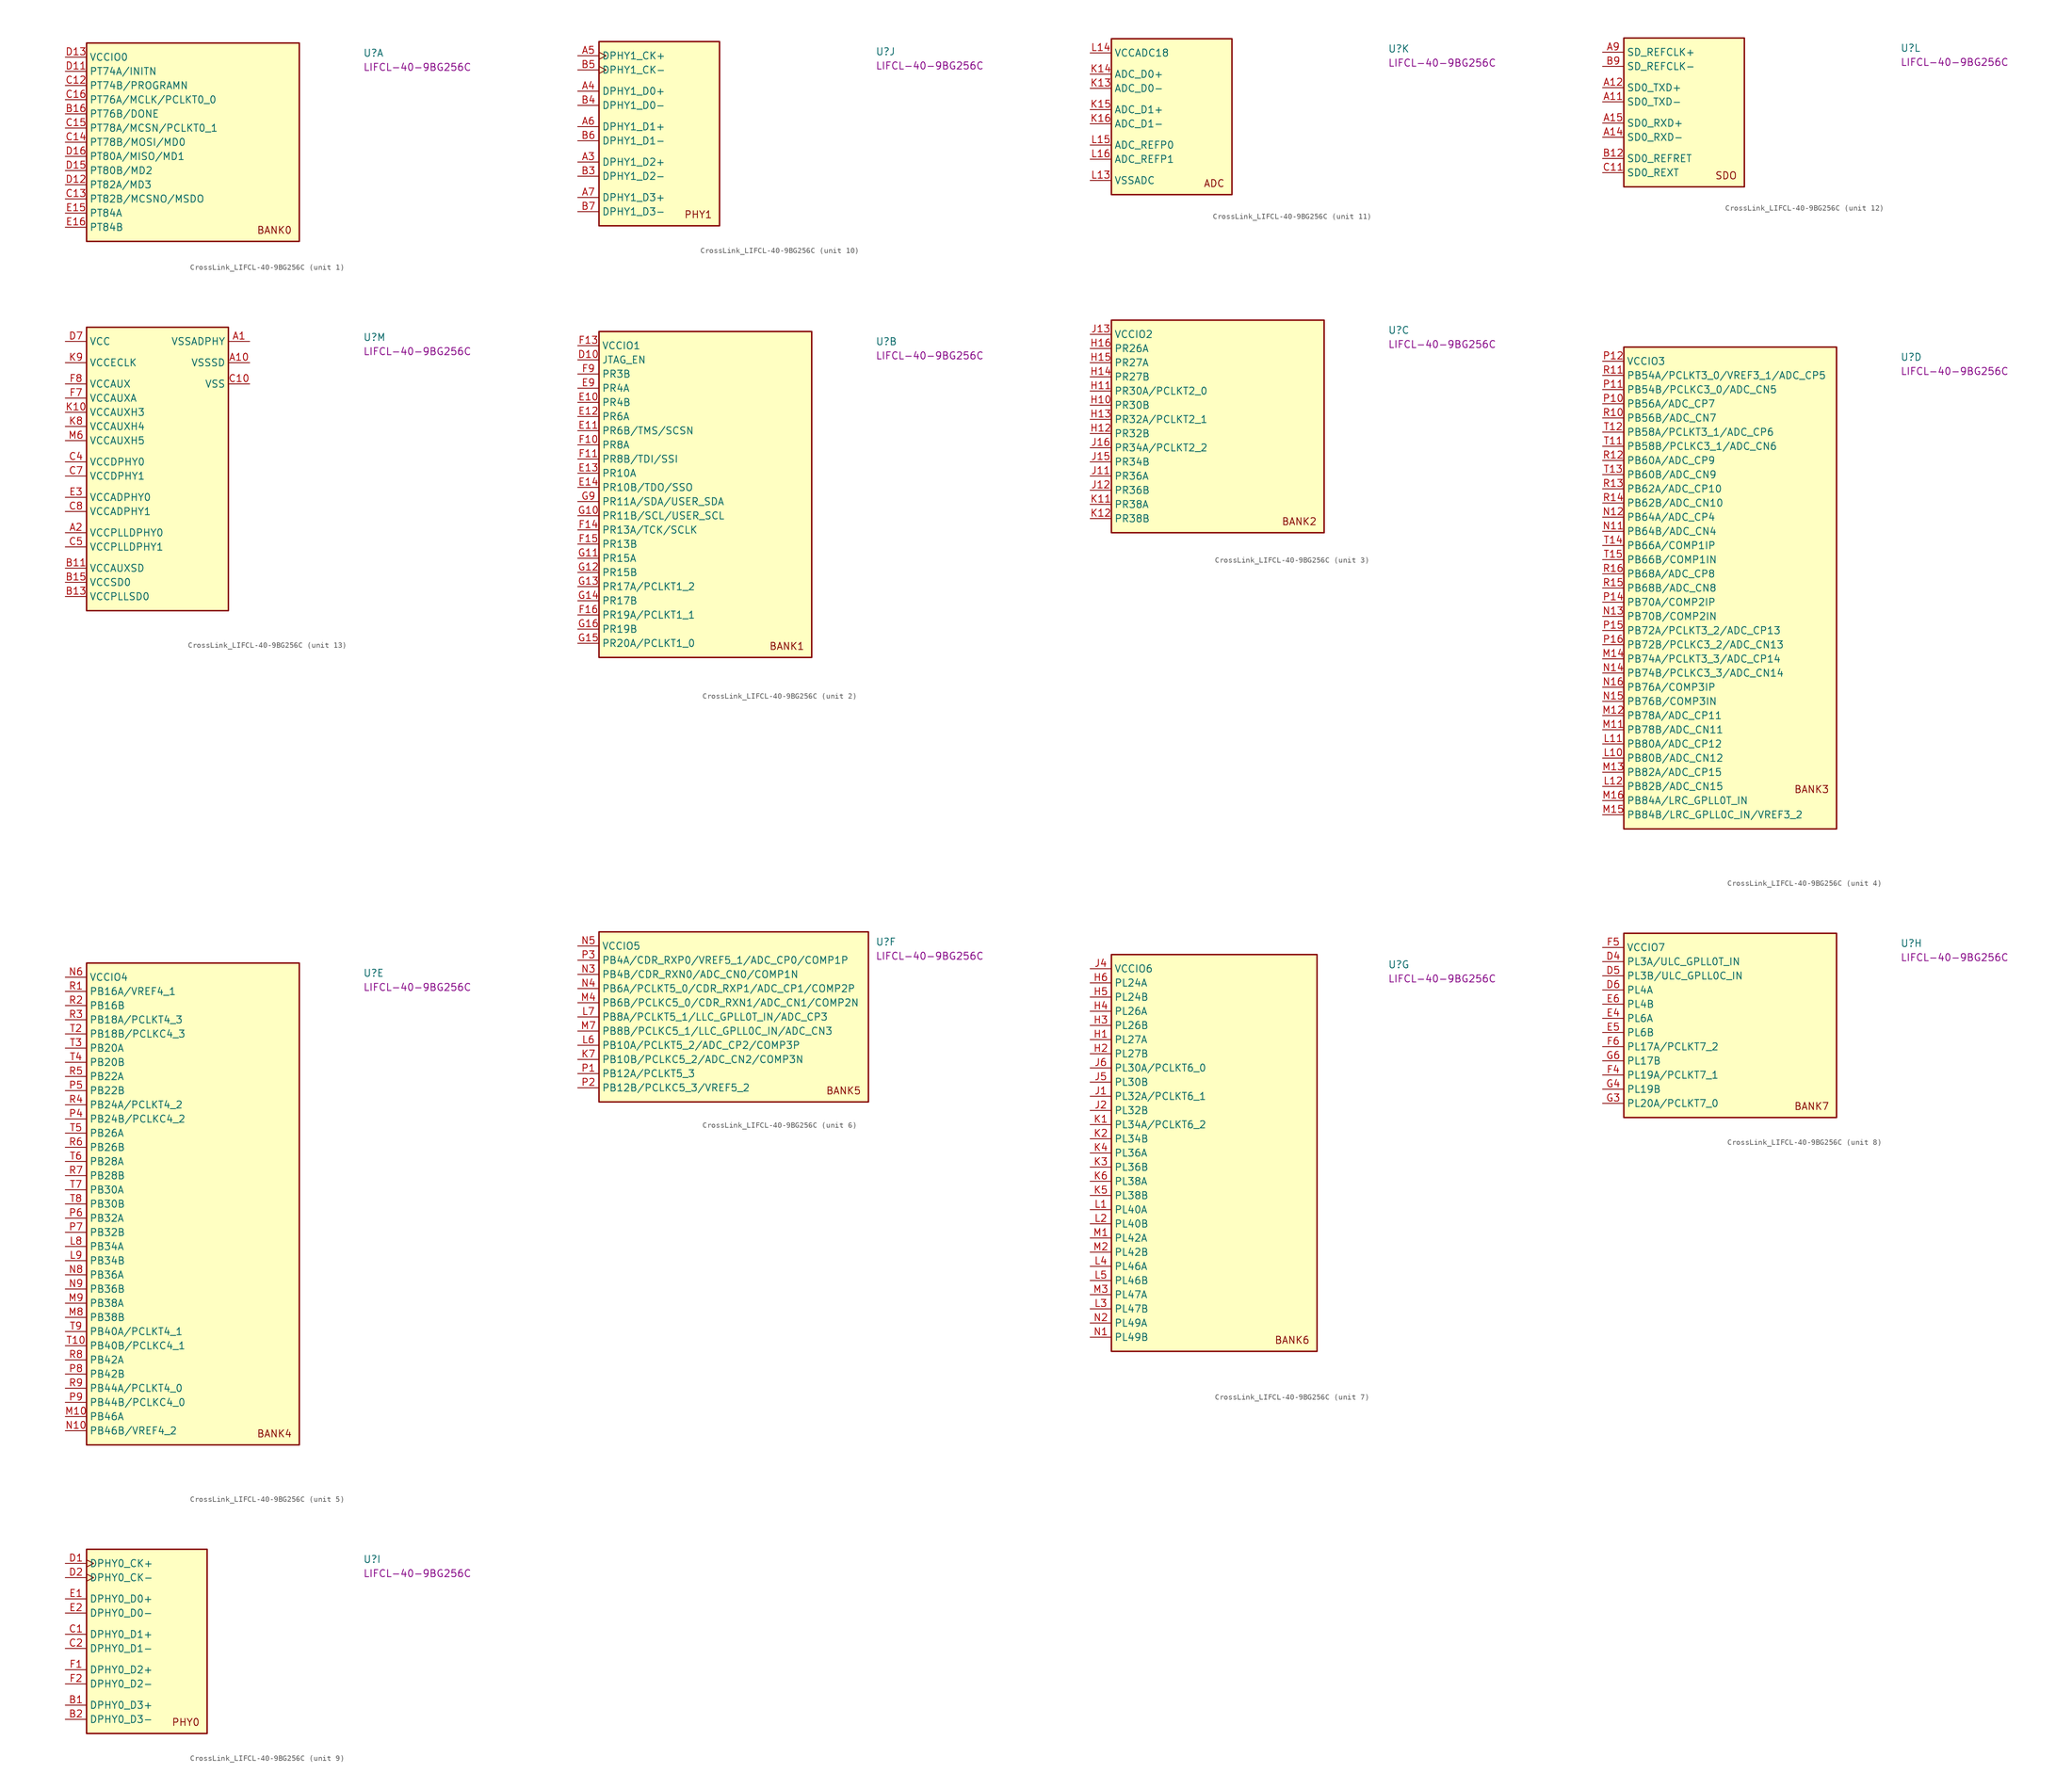
<source format=kicad_sym>
(kicad_symbol_lib
  (version 20220914)
  (generator kicad_symbol_editor)
  (symbol "CrossLink_LIFCL-40-9BG256C"
    (property "Reference" "U"
      (at 53.34 0 0)
      (effects (font (size 1.27 1.27) (thickness 0.15)) (justify left bottom)))
    (property "MPN" "LIFCL-40-9BG256C"
      (at 53.34 -2.54 0)
      (effects (font (size 1.27 1.27) (thickness 0.15)) (justify left bottom)))
    (property "ki_locked" ""
      (at 0 0 0)
      (effects (font (size 1.27 1.27))))
    (symbol "CrossLink_LIFCL-40-9BG256C_1_1"
      (rectangle (start 3.81 -33.02) (end 41.91 2.54) (stroke (width 0.254) (type default)) (fill (type background)))
      (text "BANK0" (at 40.64 -31.75 0) (effects (font (size 1.27 1.27) (thickness 0.15)) (justify right bottom)))
      (pin bidirectional line (at 0 -10.16 0) (length 3.81) (name "PT76B/DONE\n" (effects (font (size 1.27 1.27)))) (number "B16" (effects (font (size 1.27 1.27)))))
      (pin bidirectional line (at 0 -5.08 0) (length 3.81) (name "PT74B/PROGRAMN" (effects (font (size 1.27 1.27)))) (number "C12" (effects (font (size 1.27 1.27)))))
      (pin bidirectional line (at 0 -25.4 0) (length 3.81) (name "PT82B/MCSNO/MSDO" (effects (font (size 1.27 1.27)))) (number "C13" (effects (font (size 1.27 1.27)))))
      (pin bidirectional line (at 0 -15.24 0) (length 3.81) (name "PT78B/MOSI/MD0" (effects (font (size 1.27 1.27)))) (number "C14" (effects (font (size 1.27 1.27)))))
      (pin bidirectional line (at 0 -12.7 0) (length 3.81) (name "PT78A/MCSN/PCLKT0_1" (effects (font (size 1.27 1.27)))) (number "C15" (effects (font (size 1.27 1.27)))))
      (pin bidirectional line (at 0 -7.62 0) (length 3.81) (name "PT76A/MCLK/PCLKT0_0" (effects (font (size 1.27 1.27)))) (number "C16" (effects (font (size 1.27 1.27)))))
      (pin bidirectional line (at 0 -2.54 0) (length 3.81) (name "PT74A/INITN\n" (effects (font (size 1.27 1.27)))) (number "D11" (effects (font (size 1.27 1.27)))))
      (pin bidirectional line (at 0 -22.86 0) (length 3.81) (name "PT82A/MD3" (effects (font (size 1.27 1.27)))) (number "D12" (effects (font (size 1.27 1.27)))))
      (pin power_in line (at 0 0 0) (length 3.81) (name "VCCIO0" (effects (font (size 1.27 1.27)))) (number "D13" (effects (font (size 1.27 1.27)))))
      (pin bidirectional line (at 0 -20.32 0) (length 3.81) (name "PT80B/MD2" (effects (font (size 1.27 1.27)))) (number "D15" (effects (font (size 1.27 1.27)))))
      (pin bidirectional line (at 0 -17.78 0) (length 3.81) (name "PT80A/MISO/MD1" (effects (font (size 1.27 1.27)))) (number "D16" (effects (font (size 1.27 1.27)))))
      (pin bidirectional line (at 0 -27.94 0) (length 3.81) (name "PT84A" (effects (font (size 1.27 1.27)))) (number "E15" (effects (font (size 1.27 1.27)))))
      (pin bidirectional line (at 0 -30.48 0) (length 3.81) (name "PT84B" (effects (font (size 1.27 1.27)))) (number "E16" (effects (font (size 1.27 1.27))))))
    (symbol "CrossLink_LIFCL-40-9BG256C_2_1"
      (rectangle (start 3.81 -55.88) (end 41.91 2.54) (stroke (width 0.254) (type default)) (fill (type background)))
      (text "BANK1" (at 40.64 -54.61 0) (effects (font (size 1.27 1.27) (thickness 0.15)) (justify right bottom)))
      (pin input line (at 0 -2.54 0) (length 3.81) (name "JTAG_EN" (effects (font (size 1.27 1.27)))) (number "D10" (effects (font (size 1.27 1.27)))))
      (pin bidirectional line (at 0 -10.16 0) (length 3.81) (name "PR4B" (effects (font (size 1.27 1.27)))) (number "E10" (effects (font (size 1.27 1.27)))))
      (pin bidirectional line (at 0 -15.24 0) (length 3.81) (name "PR6B/TMS/SCSN" (effects (font (size 1.27 1.27)))) (number "E11" (effects (font (size 1.27 1.27)))))
      (pin bidirectional line (at 0 -12.7 0) (length 3.81) (name "PR6A" (effects (font (size 1.27 1.27)))) (number "E12" (effects (font (size 1.27 1.27)))))
      (pin bidirectional line (at 0 -22.86 0) (length 3.81) (name "PR10A" (effects (font (size 1.27 1.27)))) (number "E13" (effects (font (size 1.27 1.27)))))
      (pin bidirectional line (at 0 -25.4 0) (length 3.81) (name "PR10B/TDO/SSO" (effects (font (size 1.27 1.27)))) (number "E14" (effects (font (size 1.27 1.27)))))
      (pin bidirectional line (at 0 -7.62 0) (length 3.81) (name "PR4A" (effects (font (size 1.27 1.27)))) (number "E9" (effects (font (size 1.27 1.27)))))
      (pin bidirectional line (at 0 -17.78 0) (length 3.81) (name "PR8A" (effects (font (size 1.27 1.27)))) (number "F10" (effects (font (size 1.27 1.27)))))
      (pin bidirectional line (at 0 -20.32 0) (length 3.81) (name "PR8B/TDI/SSI" (effects (font (size 1.27 1.27)))) (number "F11" (effects (font (size 1.27 1.27)))))
      (pin power_in line (at 0 0 0) (length 3.81) (name "VCCIO1" (effects (font (size 1.27 1.27)))) (number "F13" (effects (font (size 1.27 1.27)))))
      (pin bidirectional line (at 0 -33.02 0) (length 3.81) (name "PR13A/TCK/SCLK" (effects (font (size 1.27 1.27)))) (number "F14" (effects (font (size 1.27 1.27)))))
      (pin bidirectional line (at 0 -35.56 0) (length 3.81) (name "PR13B" (effects (font (size 1.27 1.27)))) (number "F15" (effects (font (size 1.27 1.27)))))
      (pin bidirectional line (at 0 -48.26 0) (length 3.81) (name "PR19A/PCLKT1_1" (effects (font (size 1.27 1.27)))) (number "F16" (effects (font (size 1.27 1.27)))))
      (pin bidirectional line (at 0 -5.08 0) (length 3.81) (name "PR3B" (effects (font (size 1.27 1.27)))) (number "F9" (effects (font (size 1.27 1.27)))))
      (pin bidirectional line (at 0 -30.48 0) (length 3.81) (name "PR11B/SCL/USER_SCL" (effects (font (size 1.27 1.27)))) (number "G10" (effects (font (size 1.27 1.27)))))
      (pin bidirectional line (at 0 -38.1 0) (length 3.81) (name "PR15A" (effects (font (size 1.27 1.27)))) (number "G11" (effects (font (size 1.27 1.27)))))
      (pin bidirectional line (at 0 -40.64 0) (length 3.81) (name "PR15B" (effects (font (size 1.27 1.27)))) (number "G12" (effects (font (size 1.27 1.27)))))
      (pin bidirectional line (at 0 -43.18 0) (length 3.81) (name "PR17A/PCLKT1_2" (effects (font (size 1.27 1.27)))) (number "G13" (effects (font (size 1.27 1.27)))))
      (pin bidirectional line (at 0 -45.72 0) (length 3.81) (name "PR17B" (effects (font (size 1.27 1.27)))) (number "G14" (effects (font (size 1.27 1.27)))))
      (pin bidirectional line (at 0 -53.34 0) (length 3.81) (name "PR20A/PCLKT1_0\n" (effects (font (size 1.27 1.27)))) (number "G15" (effects (font (size 1.27 1.27)))))
      (pin bidirectional line (at 0 -50.8 0) (length 3.81) (name "PR19B" (effects (font (size 1.27 1.27)))) (number "G16" (effects (font (size 1.27 1.27)))))
      (pin bidirectional line (at 0 -27.94 0) (length 3.81) (name "PR11A/SDA/USER_SDA" (effects (font (size 1.27 1.27)))) (number "G9" (effects (font (size 1.27 1.27))))))
    (symbol "CrossLink_LIFCL-40-9BG256C_3_1"
      (rectangle (start 3.81 -35.56) (end 41.91 2.54) (stroke (width 0.254) (type default)) (fill (type background)))
      (text "BANK2" (at 40.64 -34.29 0) (effects (font (size 1.27 1.27) (thickness 0.15)) (justify right bottom)))
      (pin bidirectional line (at 0 -12.7 0) (length 3.81) (name "PR30B" (effects (font (size 1.27 1.27)))) (number "H10" (effects (font (size 1.27 1.27)))))
      (pin bidirectional line (at 0 -10.16 0) (length 3.81) (name "PR30A/PCLKT2_0" (effects (font (size 1.27 1.27)))) (number "H11" (effects (font (size 1.27 1.27)))))
      (pin bidirectional line (at 0 -17.78 0) (length 3.81) (name "PR32B" (effects (font (size 1.27 1.27)))) (number "H12" (effects (font (size 1.27 1.27)))))
      (pin bidirectional line (at 0 -15.24 0) (length 3.81) (name "PR32A/PCLKT2_1" (effects (font (size 1.27 1.27)))) (number "H13" (effects (font (size 1.27 1.27)))))
      (pin bidirectional line (at 0 -7.62 0) (length 3.81) (name "PR27B" (effects (font (size 1.27 1.27)))) (number "H14" (effects (font (size 1.27 1.27)))))
      (pin bidirectional line (at 0 -5.08 0) (length 3.81) (name "PR27A" (effects (font (size 1.27 1.27)))) (number "H15" (effects (font (size 1.27 1.27)))))
      (pin bidirectional line (at 0 -2.54 0) (length 3.81) (name "PR26A" (effects (font (size 1.27 1.27)))) (number "H16" (effects (font (size 1.27 1.27)))))
      (pin bidirectional line (at 0 -25.4 0) (length 3.81) (name "PR36A" (effects (font (size 1.27 1.27)))) (number "J11" (effects (font (size 1.27 1.27)))))
      (pin bidirectional line (at 0 -27.94 0) (length 3.81) (name "PR36B" (effects (font (size 1.27 1.27)))) (number "J12" (effects (font (size 1.27 1.27)))))
      (pin power_in line (at 0 0 0) (length 3.81) (name "VCCIO2" (effects (font (size 1.27 1.27)))) (number "J13" (effects (font (size 1.27 1.27)))))
      (pin bidirectional line (at 0 -22.86 0) (length 3.81) (name "PR34B" (effects (font (size 1.27 1.27)))) (number "J15" (effects (font (size 1.27 1.27)))))
      (pin bidirectional line (at 0 -20.32 0) (length 3.81) (name "PR34A/PCLKT2_2" (effects (font (size 1.27 1.27)))) (number "J16" (effects (font (size 1.27 1.27)))))
      (pin bidirectional line (at 0 -30.48 0) (length 3.81) (name "PR38A" (effects (font (size 1.27 1.27)))) (number "K11" (effects (font (size 1.27 1.27)))))
      (pin bidirectional line (at 0 -33.02 0) (length 3.81) (name "PR38B" (effects (font (size 1.27 1.27)))) (number "K12" (effects (font (size 1.27 1.27))))))
    (symbol "CrossLink_LIFCL-40-9BG256C_4_1"
      (rectangle (start 3.81 -83.82) (end 41.91 2.54) (stroke (width 0.254) (type default)) (fill (type background)))
      (text "BANK3" (at 40.64 -77.47 0) (effects (font (size 1.27 1.27) (thickness 0.15)) (justify right bottom)))
      (pin bidirectional line (at 0 -71.12 0) (length 3.81) (name "PB80B/ADC_CN12" (effects (font (size 1.27 1.27)))) (number "L10" (effects (font (size 1.27 1.27)))))
      (pin bidirectional line (at 0 -68.58 0) (length 3.81) (name "PB80A/ADC_CP12" (effects (font (size 1.27 1.27)))) (number "L11" (effects (font (size 1.27 1.27)))))
      (pin bidirectional line (at 0 -76.2 0) (length 3.81) (name "PB82B/ADC_CN15" (effects (font (size 1.27 1.27)))) (number "L12" (effects (font (size 1.27 1.27)))))
      (pin bidirectional line (at 0 -66.04 0) (length 3.81) (name "PB78B/ADC_CN11" (effects (font (size 1.27 1.27)))) (number "M11" (effects (font (size 1.27 1.27)))))
      (pin bidirectional line (at 0 -63.5 0) (length 3.81) (name "PB78A/ADC_CP11" (effects (font (size 1.27 1.27)))) (number "M12" (effects (font (size 1.27 1.27)))))
      (pin bidirectional line (at 0 -73.66 0) (length 3.81) (name "PB82A/ADC_CP15" (effects (font (size 1.27 1.27)))) (number "M13" (effects (font (size 1.27 1.27)))))
      (pin bidirectional line (at 0 -53.34 0) (length 3.81) (name "PB74A/PCLKT3_3/ADC_CP14" (effects (font (size 1.27 1.27)))) (number "M14" (effects (font (size 1.27 1.27)))))
      (pin bidirectional line (at 0 -81.28 0) (length 3.81) (name "PB84B/LRC_GPLL0C_IN/VREF3_2" (effects (font (size 1.27 1.27)))) (number "M15" (effects (font (size 1.27 1.27)))))
      (pin bidirectional line (at 0 -78.74 0) (length 3.81) (name "PB84A/LRC_GPLL0T_IN" (effects (font (size 1.27 1.27)))) (number "M16" (effects (font (size 1.27 1.27)))))
      (pin bidirectional line (at 0 -30.48 0) (length 3.81) (name "PB64B/ADC_CN4" (effects (font (size 1.27 1.27)))) (number "N11" (effects (font (size 1.27 1.27)))))
      (pin bidirectional line (at 0 -27.94 0) (length 3.81) (name "PB64A/ADC_CP4" (effects (font (size 1.27 1.27)))) (number "N12" (effects (font (size 1.27 1.27)))))
      (pin bidirectional line (at 0 -45.72 0) (length 3.81) (name "PB70B/COMP2IN\n" (effects (font (size 1.27 1.27)))) (number "N13" (effects (font (size 1.27 1.27)))))
      (pin bidirectional line (at 0 -55.88 0) (length 3.81) (name "PB74B/PCLKC3_3/ADC_CN14" (effects (font (size 1.27 1.27)))) (number "N14" (effects (font (size 1.27 1.27)))))
      (pin bidirectional line (at 0 -60.96 0) (length 3.81) (name "PB76B/COMP3IN" (effects (font (size 1.27 1.27)))) (number "N15" (effects (font (size 1.27 1.27)))))
      (pin bidirectional line (at 0 -58.42 0) (length 3.81) (name "PB76A/COMP3IP" (effects (font (size 1.27 1.27)))) (number "N16" (effects (font (size 1.27 1.27)))))
      (pin bidirectional line (at 0 -7.62 0) (length 3.81) (name "PB56A/ADC_CP7\n" (effects (font (size 1.27 1.27)))) (number "P10" (effects (font (size 1.27 1.27)))))
      (pin bidirectional line (at 0 -5.08 0) (length 3.81) (name "PB54B/PCLKC3_0/ADC_CN5\n" (effects (font (size 1.27 1.27)))) (number "P11" (effects (font (size 1.27 1.27)))))
      (pin bidirectional line (at 0 0 0) (length 3.81) (name "VCCIO3" (effects (font (size 1.27 1.27)))) (number "P12" (effects (font (size 1.27 1.27)))))
      (pin bidirectional line (at 0 -43.18 0) (length 3.81) (name "PB70A/COMP2IP" (effects (font (size 1.27 1.27)))) (number "P14" (effects (font (size 1.27 1.27)))))
      (pin bidirectional line (at 0 -48.26 0) (length 3.81) (name "PB72A/PCLKT3_2/ADC_CP13" (effects (font (size 1.27 1.27)))) (number "P15" (effects (font (size 1.27 1.27)))))
      (pin bidirectional line (at 0 -50.8 0) (length 3.81) (name "PB72B/PCLKC3_2/ADC_CN13" (effects (font (size 1.27 1.27)))) (number "P16" (effects (font (size 1.27 1.27)))))
      (pin bidirectional line (at 0 -10.16 0) (length 3.81) (name "PB56B/ADC_CN7\n" (effects (font (size 1.27 1.27)))) (number "R10" (effects (font (size 1.27 1.27)))))
      (pin bidirectional line (at 0 -2.54 0) (length 3.81) (name "PB54A/PCLKT3_0/VREF3_1/ADC_CP5" (effects (font (size 1.27 1.27)))) (number "R11" (effects (font (size 1.27 1.27)))))
      (pin bidirectional line (at 0 -17.78 0) (length 3.81) (name "PB60A/ADC_CP9" (effects (font (size 1.27 1.27)))) (number "R12" (effects (font (size 1.27 1.27)))))
      (pin bidirectional line (at 0 -22.86 0) (length 3.81) (name "PB62A/ADC_CP10" (effects (font (size 1.27 1.27)))) (number "R13" (effects (font (size 1.27 1.27)))))
      (pin bidirectional line (at 0 -25.4 0) (length 3.81) (name "PB62B/ADC_CN10" (effects (font (size 1.27 1.27)))) (number "R14" (effects (font (size 1.27 1.27)))))
      (pin bidirectional line (at 0 -40.64 0) (length 3.81) (name "PB68B/ADC_CN8" (effects (font (size 1.27 1.27)))) (number "R15" (effects (font (size 1.27 1.27)))))
      (pin bidirectional line (at 0 -38.1 0) (length 3.81) (name "PB68A/ADC_CP8" (effects (font (size 1.27 1.27)))) (number "R16" (effects (font (size 1.27 1.27)))))
      (pin bidirectional line (at 0 -15.24 0) (length 3.81) (name "PB58B/PCLKC3_1/ADC_CN6\n" (effects (font (size 1.27 1.27)))) (number "T11" (effects (font (size 1.27 1.27)))))
      (pin bidirectional line (at 0 -12.7 0) (length 3.81) (name "PB58A/PCLKT3_1/ADC_CP6\n" (effects (font (size 1.27 1.27)))) (number "T12" (effects (font (size 1.27 1.27)))))
      (pin bidirectional line (at 0 -20.32 0) (length 3.81) (name "PB60B/ADC_CN9" (effects (font (size 1.27 1.27)))) (number "T13" (effects (font (size 1.27 1.27)))))
      (pin bidirectional line (at 0 -33.02 0) (length 3.81) (name "PB66A/COMP1IP" (effects (font (size 1.27 1.27)))) (number "T14" (effects (font (size 1.27 1.27)))))
      (pin bidirectional line (at 0 -35.56 0) (length 3.81) (name "PB66B/COMP1IN" (effects (font (size 1.27 1.27)))) (number "T15" (effects (font (size 1.27 1.27))))))
    (symbol "CrossLink_LIFCL-40-9BG256C_5_1"
      (rectangle (start 3.81 2.54) (end 41.91 -83.82) (stroke (width 0.254) (type default)) (fill (type background)))
      (text "BANK4" (at 40.64 -82.55 0) (effects (font (size 1.27 1.27) (thickness 0.15)) (justify right bottom)))
      (pin bidirectional line (at 0 -48.26 0) (length 3.81) (name "PB34A" (effects (font (size 1.27 1.27)))) (number "L8" (effects (font (size 1.27 1.27)))))
      (pin bidirectional line (at 0 -50.8 0) (length 3.81) (name "PB34B" (effects (font (size 1.27 1.27)))) (number "L9" (effects (font (size 1.27 1.27)))))
      (pin bidirectional line (at 0 -78.74 0) (length 3.81) (name "PB46A" (effects (font (size 1.27 1.27)))) (number "M10" (effects (font (size 1.27 1.27)))))
      (pin bidirectional line (at 0 -60.96 0) (length 3.81) (name "PB38B" (effects (font (size 1.27 1.27)))) (number "M8" (effects (font (size 1.27 1.27)))))
      (pin bidirectional line (at 0 -58.42 0) (length 3.81) (name "PB38A" (effects (font (size 1.27 1.27)))) (number "M9" (effects (font (size 1.27 1.27)))))
      (pin bidirectional line (at 0 -81.28 0) (length 3.81) (name "PB46B/VREF4_2" (effects (font (size 1.27 1.27)))) (number "N10" (effects (font (size 1.27 1.27)))))
      (pin power_in line (at 0 0 0) (length 3.81) (name "VCCIO4" (effects (font (size 1.27 1.27)))) (number "N6" (effects (font (size 1.27 1.27)))))
      (pin bidirectional line (at 0 -53.34 0) (length 3.81) (name "PB36A" (effects (font (size 1.27 1.27)))) (number "N8" (effects (font (size 1.27 1.27)))))
      (pin bidirectional line (at 0 -55.88 0) (length 3.81) (name "PB36B" (effects (font (size 1.27 1.27)))) (number "N9" (effects (font (size 1.27 1.27)))))
      (pin bidirectional line (at 0 -25.4 0) (length 3.81) (name "PB24B/PCLKC4_2\n" (effects (font (size 1.27 1.27)))) (number "P4" (effects (font (size 1.27 1.27)))))
      (pin bidirectional line (at 0 -20.32 0) (length 3.81) (name "PB22B" (effects (font (size 1.27 1.27)))) (number "P5" (effects (font (size 1.27 1.27)))))
      (pin bidirectional line (at 0 -43.18 0) (length 3.81) (name "PB32A" (effects (font (size 1.27 1.27)))) (number "P6" (effects (font (size 1.27 1.27)))))
      (pin bidirectional line (at 0 -45.72 0) (length 3.81) (name "PB32B" (effects (font (size 1.27 1.27)))) (number "P7" (effects (font (size 1.27 1.27)))))
      (pin bidirectional line (at 0 -71.12 0) (length 3.81) (name "PB42B" (effects (font (size 1.27 1.27)))) (number "P8" (effects (font (size 1.27 1.27)))))
      (pin bidirectional line (at 0 -76.2 0) (length 3.81) (name "PB44B/PCLKC4_0" (effects (font (size 1.27 1.27)))) (number "P9" (effects (font (size 1.27 1.27)))))
      (pin bidirectional line (at 0 -2.54 0) (length 3.81) (name "PB16A/VREF4_1" (effects (font (size 1.27 1.27)))) (number "R1" (effects (font (size 1.27 1.27)))))
      (pin bidirectional line (at 0 -5.08 0) (length 3.81) (name "PB16B" (effects (font (size 1.27 1.27)))) (number "R2" (effects (font (size 1.27 1.27)))))
      (pin bidirectional line (at 0 -7.62 0) (length 3.81) (name "PB18A/PCLKT4_3\n" (effects (font (size 1.27 1.27)))) (number "R3" (effects (font (size 1.27 1.27)))))
      (pin bidirectional line (at 0 -22.86 0) (length 3.81) (name "PB24A/PCLKT4_2" (effects (font (size 1.27 1.27)))) (number "R4" (effects (font (size 1.27 1.27)))))
      (pin bidirectional line (at 0 -17.78 0) (length 3.81) (name "PB22A" (effects (font (size 1.27 1.27)))) (number "R5" (effects (font (size 1.27 1.27)))))
      (pin bidirectional line (at 0 -30.48 0) (length 3.81) (name "PB26B" (effects (font (size 1.27 1.27)))) (number "R6" (effects (font (size 1.27 1.27)))))
      (pin bidirectional line (at 0 -35.56 0) (length 3.81) (name "PB28B" (effects (font (size 1.27 1.27)))) (number "R7" (effects (font (size 1.27 1.27)))))
      (pin bidirectional line (at 0 -68.58 0) (length 3.81) (name "PB42A" (effects (font (size 1.27 1.27)))) (number "R8" (effects (font (size 1.27 1.27)))))
      (pin bidirectional line (at 0 -73.66 0) (length 3.81) (name "PB44A/PCLKT4_0" (effects (font (size 1.27 1.27)))) (number "R9" (effects (font (size 1.27 1.27)))))
      (pin bidirectional line (at 0 -66.04 0) (length 3.81) (name "PB40B/PCLKC4_1" (effects (font (size 1.27 1.27)))) (number "T10" (effects (font (size 1.27 1.27)))))
      (pin bidirectional line (at 0 -10.16 0) (length 3.81) (name "PB18B/PCLKC4_3\n" (effects (font (size 1.27 1.27)))) (number "T2" (effects (font (size 1.27 1.27)))))
      (pin bidirectional line (at 0 -12.7 0) (length 3.81) (name "PB20A" (effects (font (size 1.27 1.27)))) (number "T3" (effects (font (size 1.27 1.27)))))
      (pin bidirectional line (at 0 -15.24 0) (length 3.81) (name "PB20B" (effects (font (size 1.27 1.27)))) (number "T4" (effects (font (size 1.27 1.27)))))
      (pin bidirectional line (at 0 -27.94 0) (length 3.81) (name "PB26A" (effects (font (size 1.27 1.27)))) (number "T5" (effects (font (size 1.27 1.27)))))
      (pin bidirectional line (at 0 -33.02 0) (length 3.81) (name "PB28A" (effects (font (size 1.27 1.27)))) (number "T6" (effects (font (size 1.27 1.27)))))
      (pin bidirectional line (at 0 -38.1 0) (length 3.81) (name "PB30A" (effects (font (size 1.27 1.27)))) (number "T7" (effects (font (size 1.27 1.27)))))
      (pin bidirectional line (at 0 -40.64 0) (length 3.81) (name "PB30B" (effects (font (size 1.27 1.27)))) (number "T8" (effects (font (size 1.27 1.27)))))
      (pin bidirectional line (at 0 -63.5 0) (length 3.81) (name "PB40A/PCLKT4_1" (effects (font (size 1.27 1.27)))) (number "T9" (effects (font (size 1.27 1.27))))))
    (symbol "CrossLink_LIFCL-40-9BG256C_6_1"
      (rectangle (start 3.81 -27.94) (end 52.07 2.54) (stroke (width 0.254) (type default)) (fill (type background)))
      (text "BANK5" (at 50.8 -26.67 0) (effects (font (size 1.27 1.27) (thickness 0.15)) (justify right bottom)))
      (pin bidirectional line (at 0 -20.32 0) (length 3.81) (name "PB10B/PCLKC5_2/ADC_CN2/COMP3N" (effects (font (size 1.27 1.27)))) (number "K7" (effects (font (size 1.27 1.27)))))
      (pin bidirectional line (at 0 -17.78 0) (length 3.81) (name "PB10A/PCLKT5_2/ADC_CP2/COMP3P" (effects (font (size 1.27 1.27)))) (number "L6" (effects (font (size 1.27 1.27)))))
      (pin bidirectional line (at 0 -12.7 0) (length 3.81) (name "PB8A/PCLKT5_1/LLC_GPLL0T_IN/ADC_CP3" (effects (font (size 1.27 1.27)))) (number "L7" (effects (font (size 1.27 1.27)))))
      (pin bidirectional line (at 0 -10.16 0) (length 3.81) (name "PB6B/PCLKC5_0/CDR_RXN1/ADC_CN1/COMP2N" (effects (font (size 1.27 1.27)))) (number "M4" (effects (font (size 1.27 1.27)))))
      (pin bidirectional line (at 0 -15.24 0) (length 3.81) (name "PB8B/PCLKC5_1/LLC_GPLL0C_IN/ADC_CN3" (effects (font (size 1.27 1.27)))) (number "M7" (effects (font (size 1.27 1.27)))))
      (pin bidirectional line (at 0 -5.08 0) (length 3.81) (name "PB4B/CDR_RXN0/ADC_CN0/COMP1N" (effects (font (size 1.27 1.27)))) (number "N3" (effects (font (size 1.27 1.27)))))
      (pin bidirectional line (at 0 -7.62 0) (length 3.81) (name "PB6A/PCLKT5_0/CDR_RXP1/ADC_CP1/COMP2P" (effects (font (size 1.27 1.27)))) (number "N4" (effects (font (size 1.27 1.27)))))
      (pin power_in line (at 0 0 0) (length 3.81) (name "VCCIO5" (effects (font (size 1.27 1.27)))) (number "N5" (effects (font (size 1.27 1.27)))))
      (pin bidirectional line (at 0 -22.86 0) (length 3.81) (name "PB12A/PCLKT5_3" (effects (font (size 1.27 1.27)))) (number "P1" (effects (font (size 1.27 1.27)))))
      (pin bidirectional line (at 0 -25.4 0) (length 3.81) (name "PB12B/PCLKC5_3/VREF5_2" (effects (font (size 1.27 1.27)))) (number "P2" (effects (font (size 1.27 1.27)))))
      (pin bidirectional line (at 0 -2.54 0) (length 3.81) (name "PB4A/CDR_RXP0/VREF5_1/ADC_CP0/COMP1P\n" (effects (font (size 1.27 1.27)))) (number "P3" (effects (font (size 1.27 1.27))))))
    (symbol "CrossLink_LIFCL-40-9BG256C_7_1"
      (rectangle (start 3.81 2.54) (end 40.64 -68.58) (stroke (width 0.254) (type default)) (fill (type background)))
      (text "BANK6" (at 39.37 -67.31 0) (effects (font (size 1.27 1.27) (thickness 0.15)) (justify right bottom)))
      (pin bidirectional line (at 0 -12.7 0) (length 3.81) (name "PL27A" (effects (font (size 1.27 1.27)))) (number "H1" (effects (font (size 1.27 1.27)))))
      (pin bidirectional line (at 0 -15.24 0) (length 3.81) (name "PL27B" (effects (font (size 1.27 1.27)))) (number "H2" (effects (font (size 1.27 1.27)))))
      (pin bidirectional line (at 0 -10.16 0) (length 3.81) (name "PL26B" (effects (font (size 1.27 1.27)))) (number "H3" (effects (font (size 1.27 1.27)))))
      (pin bidirectional line (at 0 -7.62 0) (length 3.81) (name "PL26A" (effects (font (size 1.27 1.27)))) (number "H4" (effects (font (size 1.27 1.27)))))
      (pin bidirectional line (at 0 -5.08 0) (length 3.81) (name "PL24B" (effects (font (size 1.27 1.27)))) (number "H5" (effects (font (size 1.27 1.27)))))
      (pin bidirectional line (at 0 -2.54 0) (length 3.81) (name "PL24A" (effects (font (size 1.27 1.27)))) (number "H6" (effects (font (size 1.27 1.27)))))
      (pin bidirectional line (at 0 -22.86 0) (length 3.81) (name "PL32A/PCLKT6_1" (effects (font (size 1.27 1.27)))) (number "J1" (effects (font (size 1.27 1.27)))))
      (pin bidirectional line (at 0 -25.4 0) (length 3.81) (name "PL32B" (effects (font (size 1.27 1.27)))) (number "J2" (effects (font (size 1.27 1.27)))))
      (pin power_in line (at 0 0 0) (length 3.81) (name "VCCIO6" (effects (font (size 1.27 1.27)))) (number "J4" (effects (font (size 1.27 1.27)))))
      (pin bidirectional line (at 0 -20.32 0) (length 3.81) (name "PL30B" (effects (font (size 1.27 1.27)))) (number "J5" (effects (font (size 1.27 1.27)))))
      (pin bidirectional line (at 0 -17.78 0) (length 3.81) (name "PL30A/PCLKT6_0" (effects (font (size 1.27 1.27)))) (number "J6" (effects (font (size 1.27 1.27)))))
      (pin bidirectional line (at 0 -27.94 0) (length 3.81) (name "PL34A/PCLKT6_2" (effects (font (size 1.27 1.27)))) (number "K1" (effects (font (size 1.27 1.27)))))
      (pin bidirectional line (at 0 -30.48 0) (length 3.81) (name "PL34B" (effects (font (size 1.27 1.27)))) (number "K2" (effects (font (size 1.27 1.27)))))
      (pin bidirectional line (at 0 -35.56 0) (length 3.81) (name "PL36B" (effects (font (size 1.27 1.27)))) (number "K3" (effects (font (size 1.27 1.27)))))
      (pin bidirectional line (at 0 -33.02 0) (length 3.81) (name "PL36A" (effects (font (size 1.27 1.27)))) (number "K4" (effects (font (size 1.27 1.27)))))
      (pin bidirectional line (at 0 -40.64 0) (length 3.81) (name "PL38B" (effects (font (size 1.27 1.27)))) (number "K5" (effects (font (size 1.27 1.27)))))
      (pin bidirectional line (at 0 -38.1 0) (length 3.81) (name "PL38A" (effects (font (size 1.27 1.27)))) (number "K6" (effects (font (size 1.27 1.27)))))
      (pin bidirectional line (at 0 -43.18 0) (length 3.81) (name "PL40A" (effects (font (size 1.27 1.27)))) (number "L1" (effects (font (size 1.27 1.27)))))
      (pin bidirectional line (at 0 -45.72 0) (length 3.81) (name "PL40B" (effects (font (size 1.27 1.27)))) (number "L2" (effects (font (size 1.27 1.27)))))
      (pin bidirectional line (at 0 -60.96 0) (length 3.81) (name "PL47B" (effects (font (size 1.27 1.27)))) (number "L3" (effects (font (size 1.27 1.27)))))
      (pin bidirectional line (at 0 -53.34 0) (length 3.81) (name "PL46A" (effects (font (size 1.27 1.27)))) (number "L4" (effects (font (size 1.27 1.27)))))
      (pin bidirectional line (at 0 -55.88 0) (length 3.81) (name "PL46B" (effects (font (size 1.27 1.27)))) (number "L5" (effects (font (size 1.27 1.27)))))
      (pin bidirectional line (at 0 -48.26 0) (length 3.81) (name "PL42A" (effects (font (size 1.27 1.27)))) (number "M1" (effects (font (size 1.27 1.27)))))
      (pin bidirectional line (at 0 -50.8 0) (length 3.81) (name "PL42B" (effects (font (size 1.27 1.27)))) (number "M2" (effects (font (size 1.27 1.27)))))
      (pin bidirectional line (at 0 -58.42 0) (length 3.81) (name "PL47A" (effects (font (size 1.27 1.27)))) (number "M3" (effects (font (size 1.27 1.27)))))
      (pin bidirectional line (at 0 -66.04 0) (length 3.81) (name "PL49B" (effects (font (size 1.27 1.27)))) (number "N1" (effects (font (size 1.27 1.27)))))
      (pin bidirectional line (at 0 -63.5 0) (length 3.81) (name "PL49A" (effects (font (size 1.27 1.27)))) (number "N2" (effects (font (size 1.27 1.27))))))
    (symbol "CrossLink_LIFCL-40-9BG256C_8_1"
      (rectangle (start 3.81 -30.48) (end 41.91 2.54) (stroke (width 0.254) (type default)) (fill (type background)))
      (text "BANK7" (at 40.64 -29.21 0) (effects (font (size 1.27 1.27) (thickness 0.15)) (justify right bottom)))
      (pin bidirectional line (at 0 -2.54 0) (length 3.81) (name "PL3A/ULC_GPLL0T_IN" (effects (font (size 1.27 1.27)))) (number "D4" (effects (font (size 1.27 1.27)))))
      (pin bidirectional line (at 0 -5.08 0) (length 3.81) (name "PL3B/ULC_GPLL0C_IN" (effects (font (size 1.27 1.27)))) (number "D5" (effects (font (size 1.27 1.27)))))
      (pin bidirectional line (at 0 -7.62 0) (length 3.81) (name "PL4A" (effects (font (size 1.27 1.27)))) (number "D6" (effects (font (size 1.27 1.27)))))
      (pin bidirectional line (at 0 -12.7 0) (length 3.81) (name "PL6A" (effects (font (size 1.27 1.27)))) (number "E4" (effects (font (size 1.27 1.27)))))
      (pin bidirectional line (at 0 -15.24 0) (length 3.81) (name "PL6B" (effects (font (size 1.27 1.27)))) (number "E5" (effects (font (size 1.27 1.27)))))
      (pin bidirectional line (at 0 -10.16 0) (length 3.81) (name "PL4B" (effects (font (size 1.27 1.27)))) (number "E6" (effects (font (size 1.27 1.27)))))
      (pin bidirectional line (at 0 -22.86 0) (length 3.81) (name "PL19A/PCLKT7_1" (effects (font (size 1.27 1.27)))) (number "F4" (effects (font (size 1.27 1.27)))))
      (pin power_in line (at 0 0 0) (length 3.81) (name "VCCIO7" (effects (font (size 1.27 1.27)))) (number "F5" (effects (font (size 1.27 1.27)))))
      (pin bidirectional line (at 0 -17.78 0) (length 3.81) (name "PL17A/PCLKT7_2" (effects (font (size 1.27 1.27)))) (number "F6" (effects (font (size 1.27 1.27)))))
      (pin bidirectional line (at 0 -27.94 0) (length 3.81) (name "PL20A/PCLKT7_0" (effects (font (size 1.27 1.27)))) (number "G3" (effects (font (size 1.27 1.27)))))
      (pin bidirectional line (at 0 -25.4 0) (length 3.81) (name "PL19B" (effects (font (size 1.27 1.27)))) (number "G4" (effects (font (size 1.27 1.27)))))
      (pin bidirectional line (at 0 -20.32 0) (length 3.81) (name "PL17B" (effects (font (size 1.27 1.27)))) (number "G6" (effects (font (size 1.27 1.27))))))
    (symbol "CrossLink_LIFCL-40-9BG256C_9_1"
      (rectangle (start 3.81 2.54) (end 25.4 -30.48) (stroke (width 0.254) (type default)) (fill (type background)))
      (text "PHY0" (at 24.13 -29.21 0) (effects (font (size 1.27 1.27) (thickness 0.15)) (justify right bottom)))
      (pin bidirectional line (at 0 -25.4 0) (length 3.81) (name "DPHY0_D3+" (effects (font (size 1.27 1.27)))) (number "B1" (effects (font (size 1.27 1.27)))))
      (pin bidirectional line (at 0 -27.94 0) (length 3.81) (name "DPHY0_D3-" (effects (font (size 1.27 1.27)))) (number "B2" (effects (font (size 1.27 1.27)))))
      (pin bidirectional line (at 0 -12.7 0) (length 3.81) (name "DPHY0_D1+" (effects (font (size 1.27 1.27)))) (number "C1" (effects (font (size 1.27 1.27)))))
      (pin bidirectional line (at 0 -15.24 0) (length 3.81) (name "DPHY0_D1-" (effects (font (size 1.27 1.27)))) (number "C2" (effects (font (size 1.27 1.27)))))
      (pin bidirectional clock (at 0 0 0) (length 3.81) (name "DPHY0_CK+" (effects (font (size 1.27 1.27)))) (number "D1" (effects (font (size 1.27 1.27)))))
      (pin bidirectional clock (at 0 -2.54 0) (length 3.81) (name "DPHY0_CK-" (effects (font (size 1.27 1.27)))) (number "D2" (effects (font (size 1.27 1.27)))))
      (pin bidirectional line (at 0 -6.35 0) (length 3.81) (name "DPHY0_D0+" (effects (font (size 1.27 1.27)))) (number "E1" (effects (font (size 1.27 1.27)))))
      (pin bidirectional line (at 0 -8.89 0) (length 3.81) (name "DPHY0_D0-" (effects (font (size 1.27 1.27)))) (number "E2" (effects (font (size 1.27 1.27)))))
      (pin bidirectional line (at 0 -19.05 0) (length 3.81) (name "DPHY0_D2+" (effects (font (size 1.27 1.27)))) (number "F1" (effects (font (size 1.27 1.27)))))
      (pin bidirectional line (at 0 -21.59 0) (length 3.81) (name "DPHY0_D2-" (effects (font (size 1.27 1.27)))) (number "F2" (effects (font (size 1.27 1.27))))))
    (symbol "CrossLink_LIFCL-40-9BG256C_10_1"
      (rectangle (start 3.81 2.54) (end 25.4 -30.48) (stroke (width 0.254) (type default)) (fill (type background)))
      (text "PHY1" (at 24.13 -29.21 0) (effects (font (size 1.27 1.27) (thickness 0.15)) (justify right bottom)))
      (pin bidirectional line (at 0 -19.05 0) (length 3.81) (name "DPHY1_D2+" (effects (font (size 1.27 1.27)))) (number "A3" (effects (font (size 1.27 1.27)))))
      (pin bidirectional line (at 0 -6.35 0) (length 3.81) (name "DPHY1_D0+" (effects (font (size 1.27 1.27)))) (number "A4" (effects (font (size 1.27 1.27)))))
      (pin bidirectional clock (at 0 0 0) (length 3.81) (name "DPHY1_CK+" (effects (font (size 1.27 1.27)))) (number "A5" (effects (font (size 1.27 1.27)))))
      (pin bidirectional line (at 0 -12.7 0) (length 3.81) (name "DPHY1_D1+" (effects (font (size 1.27 1.27)))) (number "A6" (effects (font (size 1.27 1.27)))))
      (pin bidirectional line (at 0 -25.4 0) (length 3.81) (name "DPHY1_D3+" (effects (font (size 1.27 1.27)))) (number "A7" (effects (font (size 1.27 1.27)))))
      (pin bidirectional line (at 0 -21.59 0) (length 3.81) (name "DPHY1_D2-" (effects (font (size 1.27 1.27)))) (number "B3" (effects (font (size 1.27 1.27)))))
      (pin bidirectional line (at 0 -8.89 0) (length 3.81) (name "DPHY1_D0-" (effects (font (size 1.27 1.27)))) (number "B4" (effects (font (size 1.27 1.27)))))
      (pin bidirectional clock (at 0 -2.54 0) (length 3.81) (name "DPHY1_CK-" (effects (font (size 1.27 1.27)))) (number "B5" (effects (font (size 1.27 1.27)))))
      (pin bidirectional line (at 0 -15.24 0) (length 3.81) (name "DPHY1_D1-" (effects (font (size 1.27 1.27)))) (number "B6" (effects (font (size 1.27 1.27)))))
      (pin bidirectional line (at 0 -27.94 0) (length 3.81) (name "DPHY1_D3-" (effects (font (size 1.27 1.27)))) (number "B7" (effects (font (size 1.27 1.27))))))
    (symbol "CrossLink_LIFCL-40-9BG256C_11_1"
      (rectangle (start 3.81 2.54) (end 25.4 -25.4) (stroke (width 0.254) (type default)) (fill (type background)))
      (text "ADC" (at 24.13 -24.13 0) (effects (font (size 1.27 1.27) (thickness 0.15)) (justify right bottom)))
      (pin passive line (at 0 -6.35 0) (length 3.81) (name "ADC_D0-" (effects (font (size 1.27 1.27)))) (number "K13" (effects (font (size 1.27 1.27)))))
      (pin passive line (at 0 -3.81 0) (length 3.81) (name "ADC_D0+" (effects (font (size 1.27 1.27)))) (number "K14" (effects (font (size 1.27 1.27)))))
      (pin passive line (at 0 -10.16 0) (length 3.81) (name "ADC_D1+" (effects (font (size 1.27 1.27)))) (number "K15" (effects (font (size 1.27 1.27)))))
      (pin passive line (at 0 -12.7 0) (length 3.81) (name "ADC_D1-" (effects (font (size 1.27 1.27)))) (number "K16" (effects (font (size 1.27 1.27)))))
      (pin power_in line (at 0 -22.86 0) (length 3.81) (name "VSSADC" (effects (font (size 1.27 1.27)))) (number "L13" (effects (font (size 1.27 1.27)))))
      (pin power_in line (at 0 0 0) (length 3.81) (name "VCCADC18" (effects (font (size 1.27 1.27)))) (number "L14" (effects (font (size 1.27 1.27)))))
      (pin passive line (at 0 -16.51 0) (length 3.81) (name "ADC_REFP0" (effects (font (size 1.27 1.27)))) (number "L15" (effects (font (size 1.27 1.27)))))
      (pin passive line (at 0 -19.05 0) (length 3.81) (name "ADC_REFP1" (effects (font (size 1.27 1.27)))) (number "L16" (effects (font (size 1.27 1.27))))))
    (symbol "CrossLink_LIFCL-40-9BG256C_12_1"
      (rectangle (start 3.81 2.54) (end 25.4 -24.13) (stroke (width 0.254) (type default)) (fill (type background)))
      (text "SDO" (at 24.13 -22.86 0) (effects (font (size 1.27 1.27) (thickness 0.15)) (justify right bottom)))
      (pin output line (at 0 -8.89 0) (length 3.81) (name "SD0_TXD-" (effects (font (size 1.27 1.27)))) (number "A11" (effects (font (size 1.27 1.27)))))
      (pin output line (at 0 -6.35 0) (length 3.81) (name "SD0_TXD+" (effects (font (size 1.27 1.27)))) (number "A12" (effects (font (size 1.27 1.27)))))
      (pin input line (at 0 -15.24 0) (length 3.81) (name "SD0_RXD-" (effects (font (size 1.27 1.27)))) (number "A14" (effects (font (size 1.27 1.27)))))
      (pin input line (at 0 -12.7 0) (length 3.81) (name "SD0_RXD+" (effects (font (size 1.27 1.27)))) (number "A15" (effects (font (size 1.27 1.27)))))
      (pin bidirectional line (at 0 0 0) (length 3.81) (name "SD_REFCLK+" (effects (font (size 1.27 1.27)))) (number "A9" (effects (font (size 1.27 1.27)))))
      (pin input line (at 0 -19.05 0) (length 3.81) (name "SD0_REFRET" (effects (font (size 1.27 1.27)))) (number "B12" (effects (font (size 1.27 1.27)))))
      (pin bidirectional line (at 0 -2.54 0) (length 3.81) (name "SD_REFCLK-" (effects (font (size 1.27 1.27)))) (number "B9" (effects (font (size 1.27 1.27)))))
      (pin input line (at 0 -21.59 0) (length 3.81) (name "SD0_REXT" (effects (font (size 1.27 1.27)))) (number "C11" (effects (font (size 1.27 1.27))))))
    (symbol "CrossLink_LIFCL-40-9BG256C_13_1"
      (rectangle (start 3.81 2.54) (end 29.21 -48.26) (stroke (width 0.254) (type default)) (fill (type background)))
      (pin power_in line (at 33.02 0 180) (length 3.81) (name "VSSADPHY" (effects (font (size 1.27 1.27)))) (number "A1" (effects (font (size 1.27 1.27)))))
      (pin power_in line (at 33.02 -3.81 180) (length 3.81) (name "VSSSD" (effects (font (size 1.27 1.27)))) (number "A10" (effects (font (size 1.27 1.27)))))
      (pin passive line (at 33.02 -3.81 180) (length 3.81) hide (name "VSSSD" (effects (font (size 1.27 1.27)))) (number "A13" (effects (font (size 1.27 1.27)))))
      (pin passive line (at 33.02 -3.81 180) (length 3.81) hide (name "VSSSD" (effects (font (size 1.27 1.27)))) (number "A16" (effects (font (size 1.27 1.27)))))
      (pin power_in line (at 0 -34.29 0) (length 3.81) (name "VCCPLLDPHY0" (effects (font (size 1.27 1.27)))) (number "A2" (effects (font (size 1.27 1.27)))))
      (pin passive line (at 33.02 0 180) (length 3.81) hide (name "VSSADPHY" (effects (font (size 1.27 1.27)))) (number "A8" (effects (font (size 1.27 1.27)))))
      (pin passive line (at 33.02 -3.81 180) (length 3.81) hide (name "VSSSD" (effects (font (size 1.27 1.27)))) (number "B10" (effects (font (size 1.27 1.27)))))
      (pin power_in line (at 0 -40.64 0) (length 3.81) (name "VCCAUXSD" (effects (font (size 1.27 1.27)))) (number "B11" (effects (font (size 1.27 1.27)))))
      (pin power_in line (at 0 -45.72 0) (length 3.81) (name "VCCPLLSD0" (effects (font (size 1.27 1.27)))) (number "B13" (effects (font (size 1.27 1.27)))))
      (pin passive line (at 33.02 -3.81 180) (length 3.81) hide (name "VSSSD" (effects (font (size 1.27 1.27)))) (number "B14" (effects (font (size 1.27 1.27)))))
      (pin power_in line (at 0 -43.18 0) (length 3.81) (name "VCCSD0" (effects (font (size 1.27 1.27)))) (number "B15" (effects (font (size 1.27 1.27)))))
      (pin passive line (at 33.02 0 180) (length 3.81) hide (name "VSSADPHY" (effects (font (size 1.27 1.27)))) (number "B8" (effects (font (size 1.27 1.27)))))
      (pin power_in line (at 33.02 -7.62 180) (length 3.81) (name "VSS" (effects (font (size 1.27 1.27)))) (number "C10" (effects (font (size 1.27 1.27)))))
      (pin passive line (at 33.02 0 180) (length 3.81) hide (name "VSSADPHY" (effects (font (size 1.27 1.27)))) (number "C3" (effects (font (size 1.27 1.27)))))
      (pin power_in line (at 0 -21.59 0) (length 3.81) (name "VCCDPHY0" (effects (font (size 1.27 1.27)))) (number "C4" (effects (font (size 1.27 1.27)))))
      (pin power_in line (at 0 -36.83 0) (length 3.81) (name "VCCPLLDPHY1" (effects (font (size 1.27 1.27)))) (number "C5" (effects (font (size 1.27 1.27)))))
      (pin passive line (at 33.02 0 180) (length 3.81) hide (name "VSSADPHY" (effects (font (size 1.27 1.27)))) (number "C6" (effects (font (size 1.27 1.27)))))
      (pin power_in line (at 0 -24.13 0) (length 3.81) (name "VCCDPHY1" (effects (font (size 1.27 1.27)))) (number "C7" (effects (font (size 1.27 1.27)))))
      (pin power_in line (at 0 -30.48 0) (length 3.81) (name "VCCADPHY1" (effects (font (size 1.27 1.27)))) (number "C8" (effects (font (size 1.27 1.27)))))
      (pin passive line (at 33.02 -7.62 180) (length 3.81) hide (name "VSS" (effects (font (size 1.27 1.27)))) (number "C9" (effects (font (size 1.27 1.27)))))
      (pin passive line (at 33.02 -7.62 180) (length 3.81) hide (name "VSS" (effects (font (size 1.27 1.27)))) (number "D14" (effects (font (size 1.27 1.27)))))
      (pin passive line (at 33.02 0 180) (length 3.81) hide (name "VSSADPHY" (effects (font (size 1.27 1.27)))) (number "D3" (effects (font (size 1.27 1.27)))))
      (pin power_in line (at 0 0 0) (length 3.81) (name "VCC" (effects (font (size 1.27 1.27)))) (number "D7" (effects (font (size 1.27 1.27)))))
      (pin passive line (at 33.02 -7.62 180) (length 3.81) hide (name "VSS" (effects (font (size 1.27 1.27)))) (number "D8" (effects (font (size 1.27 1.27)))))
      (pin passive line (at 0 0 0) (length 3.81) hide (name "VCC" (effects (font (size 1.27 1.27)))) (number "D9" (effects (font (size 1.27 1.27)))))
      (pin power_in line (at 0 -27.94 0) (length 3.81) (name "VCCADPHY0" (effects (font (size 1.27 1.27)))) (number "E3" (effects (font (size 1.27 1.27)))))
      (pin passive line (at 33.02 -7.62 180) (length 3.81) hide (name "VSS" (effects (font (size 1.27 1.27)))) (number "E7" (effects (font (size 1.27 1.27)))))
      (pin passive line (at 33.02 -7.62 180) (length 3.81) hide (name "VSS" (effects (font (size 1.27 1.27)))) (number "E8" (effects (font (size 1.27 1.27)))))
      (pin passive line (at 33.02 -7.62 180) (length 3.81) hide (name "VSS" (effects (font (size 1.27 1.27)))) (number "F12" (effects (font (size 1.27 1.27)))))
      (pin passive line (at 33.02 0 180) (length 3.81) hide (name "VSSADPHY" (effects (font (size 1.27 1.27)))) (number "F3" (effects (font (size 1.27 1.27)))))
      (pin power_in line (at 0 -10.16 0) (length 3.81) (name "VCCAUXA" (effects (font (size 1.27 1.27)))) (number "F7" (effects (font (size 1.27 1.27)))))
      (pin power_in line (at 0 -7.62 0) (length 3.81) (name "VCCAUX" (effects (font (size 1.27 1.27)))) (number "F8" (effects (font (size 1.27 1.27)))))
      (pin passive line (at 33.02 0 180) (length 3.81) hide (name "VSSADPHY" (effects (font (size 1.27 1.27)))) (number "G1" (effects (font (size 1.27 1.27)))))
      (pin passive line (at 33.02 -7.62 180) (length 3.81) hide (name "VSS" (effects (font (size 1.27 1.27)))) (number "G2" (effects (font (size 1.27 1.27)))))
      (pin passive line (at 33.02 -7.62 180) (length 3.81) hide (name "VSS" (effects (font (size 1.27 1.27)))) (number "G5" (effects (font (size 1.27 1.27)))))
      (pin passive line (at 0 -7.62 0) (length 3.81) hide (name "VCCAUX" (effects (font (size 1.27 1.27)))) (number "G7" (effects (font (size 1.27 1.27)))))
      (pin passive line (at 33.02 -7.62 180) (length 3.81) hide (name "VSS" (effects (font (size 1.27 1.27)))) (number "G8" (effects (font (size 1.27 1.27)))))
      (pin passive line (at 0 0 0) (length 3.81) hide (name "VCC" (effects (font (size 1.27 1.27)))) (number "H7" (effects (font (size 1.27 1.27)))))
      (pin passive line (at 33.02 -7.62 180) (length 3.81) hide (name "VSS" (effects (font (size 1.27 1.27)))) (number "H8" (effects (font (size 1.27 1.27)))))
      (pin passive line (at 33.02 -7.62 180) (length 3.81) hide (name "VSS" (effects (font (size 1.27 1.27)))) (number "H9" (effects (font (size 1.27 1.27)))))
      (pin passive line (at 0 0 0) (length 3.81) hide (name "VCC" (effects (font (size 1.27 1.27)))) (number "J10" (effects (font (size 1.27 1.27)))))
      (pin passive line (at 33.02 -7.62 180) (length 3.81) hide (name "VSS" (effects (font (size 1.27 1.27)))) (number "J14" (effects (font (size 1.27 1.27)))))
      (pin passive line (at 33.02 -7.62 180) (length 3.81) hide (name "VSS" (effects (font (size 1.27 1.27)))) (number "J3" (effects (font (size 1.27 1.27)))))
      (pin passive line (at 33.02 -7.62 180) (length 3.81) hide (name "VSS" (effects (font (size 1.27 1.27)))) (number "J7" (effects (font (size 1.27 1.27)))))
      (pin passive line (at 33.02 -7.62 180) (length 3.81) hide (name "VSS" (effects (font (size 1.27 1.27)))) (number "J8" (effects (font (size 1.27 1.27)))))
      (pin passive line (at 33.02 -7.62 180) (length 3.81) hide (name "VSS" (effects (font (size 1.27 1.27)))) (number "J9" (effects (font (size 1.27 1.27)))))
      (pin power_in line (at 0 -12.7 0) (length 3.81) (name "VCCAUXH3" (effects (font (size 1.27 1.27)))) (number "K10" (effects (font (size 1.27 1.27)))))
      (pin power_in line (at 0 -15.24 0) (length 3.81) (name "VCCAUXH4" (effects (font (size 1.27 1.27)))) (number "K8" (effects (font (size 1.27 1.27)))))
      (pin power_in line (at 0 -3.81 0) (length 3.81) (name "VCCECLK" (effects (font (size 1.27 1.27)))) (number "K9" (effects (font (size 1.27 1.27)))))
      (pin passive line (at 33.02 -7.62 180) (length 3.81) hide (name "VSS" (effects (font (size 1.27 1.27)))) (number "M5" (effects (font (size 1.27 1.27)))))
      (pin power_in line (at 0 -17.78 0) (length 3.81) (name "VCCAUXH5" (effects (font (size 1.27 1.27)))) (number "M6" (effects (font (size 1.27 1.27)))))
      (pin passive line (at 33.02 -7.62 180) (length 3.81) hide (name "VSS" (effects (font (size 1.27 1.27)))) (number "N7" (effects (font (size 1.27 1.27)))))
      (pin passive line (at 33.02 -7.62 180) (length 3.81) hide (name "VSS" (effects (font (size 1.27 1.27)))) (number "P13" (effects (font (size 1.27 1.27)))))
      (pin passive line (at 33.02 -7.62 180) (length 3.81) hide (name "VSS" (effects (font (size 1.27 1.27)))) (number "T1" (effects (font (size 1.27 1.27)))))
      (pin passive line (at 33.02 -7.62 180) (length 3.81) hide (name "VSS" (effects (font (size 1.27 1.27)))) (number "T16" (effects (font (size 1.27 1.27))))))))
</source>
